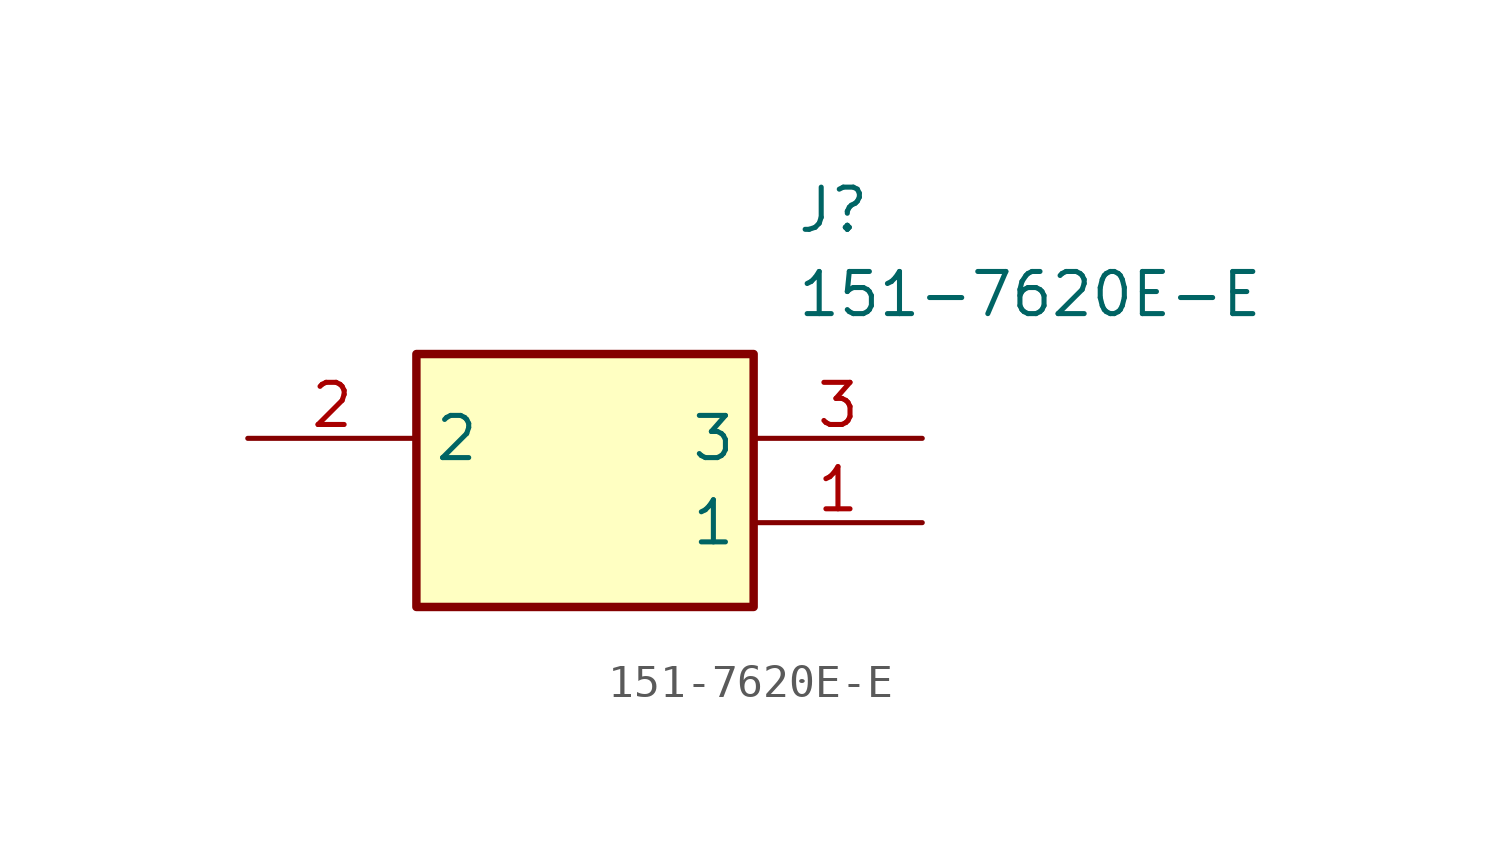
<source format=kicad_sym>
(kicad_symbol_lib
  (version 20211014)
  (generator SamacSys_ECAD_Model)
  (symbol "151-7620E-E"
    (property "Reference" "J"
      (at 16.51 7.62 0)
      (effects (font (size 1.27 1.27)) (justify left top)))
    (property "Value" "151-7620E-E"
      (at 16.51 5.08 0)
      (effects (font (size 1.27 1.27)) (justify left top)))
    (rectangle
      (start 5.08 2.54)
      (end 15.24 -5.08)
      (stroke (width 0.254) (type default))
      (fill (type background)))
    (pin passive line
      (at 20.32 -2.54 180)
      (length 5.08)
      (name "1" (effects (font (size 1.27 1.27))))
      (number "1" (effects (font (size 1.27 1.27)))))
    (pin passive line
      (at 0 0 0)
      (length 5.08)
      (name "2" (effects (font (size 1.27 1.27))))
      (number "2" (effects (font (size 1.27 1.27)))))
    (pin passive line
      (at 20.32 0 180)
      (length 5.08)
      (name "3" (effects (font (size 1.27 1.27))))
      (number "3" (effects (font (size 1.27 1.27)))))))
</source>
